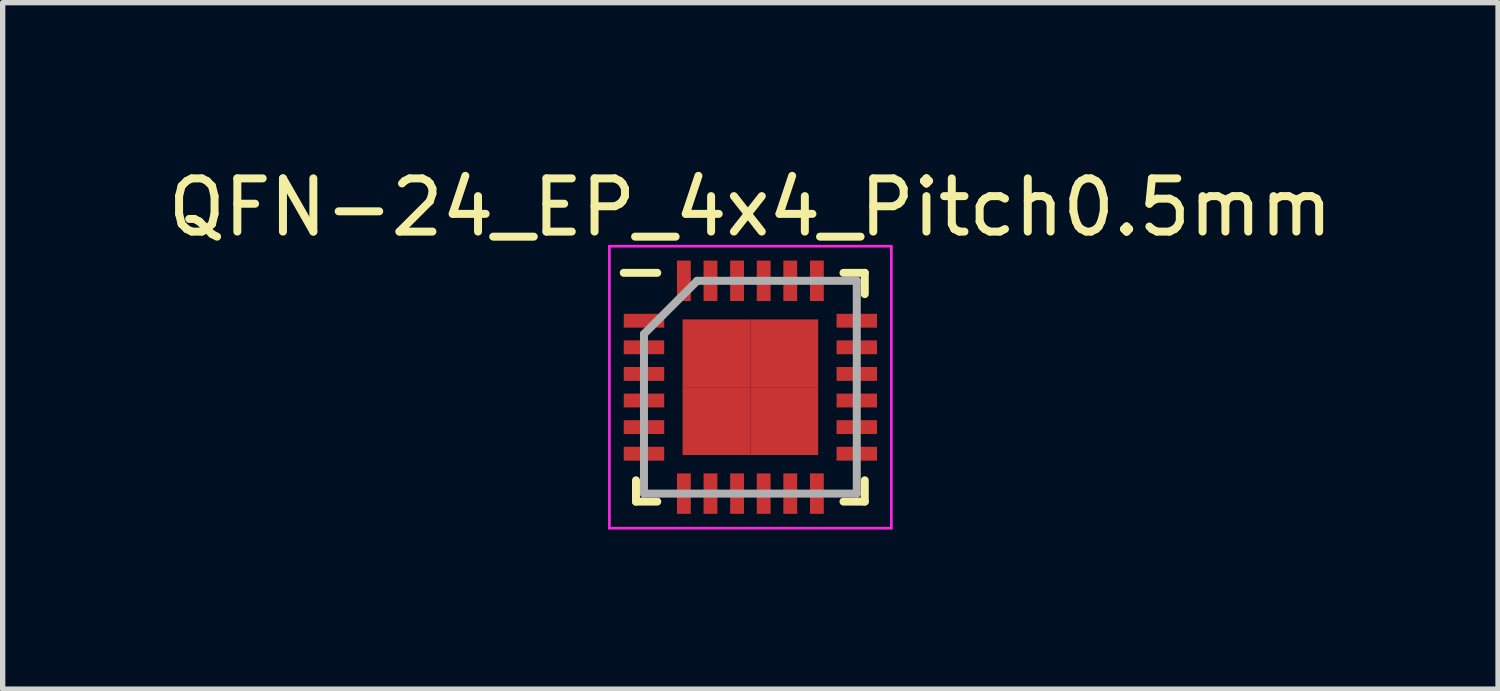
<source format=kicad_pcb>
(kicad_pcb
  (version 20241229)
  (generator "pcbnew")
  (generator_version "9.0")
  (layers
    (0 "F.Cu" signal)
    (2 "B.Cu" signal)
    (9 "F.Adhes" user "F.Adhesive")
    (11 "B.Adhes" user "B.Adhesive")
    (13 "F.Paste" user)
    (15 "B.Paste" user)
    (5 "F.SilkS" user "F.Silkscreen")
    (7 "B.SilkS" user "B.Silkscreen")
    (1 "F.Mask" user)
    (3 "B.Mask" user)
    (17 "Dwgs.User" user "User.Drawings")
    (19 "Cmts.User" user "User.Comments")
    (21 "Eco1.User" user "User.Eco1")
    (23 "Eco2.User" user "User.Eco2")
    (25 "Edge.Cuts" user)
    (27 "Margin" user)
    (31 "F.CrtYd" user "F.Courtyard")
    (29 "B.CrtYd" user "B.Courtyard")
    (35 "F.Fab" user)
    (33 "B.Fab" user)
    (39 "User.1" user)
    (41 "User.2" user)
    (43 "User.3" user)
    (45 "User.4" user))
  (footprint "QFN-24_EP_4x4_Pitch0.5mm"
    (layer "F.Cu")
    (at 11.054 4.228)
    (property "Reference" "QFN-24_EP_4x4_Pitch0.5mm" (at 0 -3.38 0) (layer "F.SilkS") (effects (font (size 1 1) (thickness 0.15))))
    (attr smd)
    (fp_line (start -2.15 2.15) (end -2.15 1.75) (stroke (width 0.15) (type solid)) (layer "F.SilkS"))
    (fp_line (start -1.75 -2.15) (end -2.38 -2.15) (stroke (width 0.15) (type solid)) (layer "F.SilkS"))
    (fp_line (start -1.75 2.15) (end -2.15 2.15) (stroke (width 0.15) (type solid)) (layer "F.SilkS"))
    (fp_line (start 1.75 -2.15) (end 2.15 -2.15) (stroke (width 0.15) (type solid)) (layer "F.SilkS"))
    (fp_line (start 1.75 2.15) (end 2.15 2.15) (stroke (width 0.15) (type solid)) (layer "F.SilkS"))
    (fp_line (start 2.15 -2.15) (end 2.15 -1.75) (stroke (width 0.15) (type solid)) (layer "F.SilkS"))
    (fp_line (start 2.15 2.15) (end 2.15 1.75) (stroke (width 0.15) (type solid)) (layer "F.SilkS"))
    (fp_line (start -2.65 -2.65) (end 2.65 -2.65) (stroke (width 0.05) (type solid)) (layer "F.CrtYd"))
    (fp_line (start -2.65 2.65) (end -2.65 -2.65) (stroke (width 0.05) (type solid)) (layer "F.CrtYd"))
    (fp_line (start 2.65 -2.65) (end 2.65 2.65) (stroke (width 0.05) (type solid)) (layer "F.CrtYd"))
    (fp_line (start 2.65 2.65) (end -2.65 2.65) (stroke (width 0.05) (type solid)) (layer "F.CrtYd"))
    (fp_line (start -2 -1) (end -2 2) (stroke (width 0.15) (type solid)) (layer "F.Fab"))
    (fp_line (start -2 2) (end 2 2) (stroke (width 0.15) (type solid)) (layer "F.Fab"))
    (fp_line (start -1 -2) (end -2 -1) (stroke (width 0.15) (type solid)) (layer "F.Fab"))
    (fp_line (start 2 -2) (end -1 -2) (stroke (width 0.15) (type solid)) (layer "F.Fab"))
    (fp_line (start 2 2) (end 2 -2) (stroke (width 0.15) (type solid)) (layer "F.Fab"))
    (pad "1" smd rect (at -2 -1.25 90) (size 0.26 0.76) (layers "F.Cu" "F.Mask" "F.Paste"))
    (pad "2" smd rect (at -2 -0.75 90) (size 0.26 0.76) (layers "F.Cu" "F.Mask" "F.Paste"))
    (pad "3" smd rect (at -2 -0.25 90) (size 0.26 0.76) (layers "F.Cu" "F.Mask" "F.Paste"))
    (pad "4" smd rect (at -2 0.25 90) (size 0.26 0.76) (layers "F.Cu" "F.Mask" "F.Paste"))
    (pad "5" smd rect (at -2 0.75 90) (size 0.26 0.76) (layers "F.Cu" "F.Mask" "F.Paste"))
    (pad "6" smd rect (at -2 1.25 90) (size 0.26 0.76) (layers "F.Cu" "F.Mask" "F.Paste"))
    (pad "7" smd rect (at -1.25 2) (size 0.26 0.76) (layers "F.Cu" "F.Mask" "F.Paste"))
    (pad "8" smd rect (at -0.75 2) (size 0.26 0.76) (layers "F.Cu" "F.Mask" "F.Paste"))
    (pad "9" smd rect (at -0.25 2) (size 0.26 0.76) (layers "F.Cu" "F.Mask" "F.Paste"))
    (pad "10" smd rect (at 0.25 2) (size 0.26 0.76) (layers "F.Cu" "F.Mask" "F.Paste"))
    (pad "11" smd rect (at 0.75 2) (size 0.26 0.76) (layers "F.Cu" "F.Mask" "F.Paste"))
    (pad "12" smd rect (at 1.25 2) (size 0.26 0.76) (layers "F.Cu" "F.Mask" "F.Paste"))
    (pad "13" smd rect (at 2 1.25 90) (size 0.26 0.76) (layers "F.Cu" "F.Mask" "F.Paste"))
    (pad "14" smd rect (at 2 0.75 90) (size 0.26 0.76) (layers "F.Cu" "F.Mask" "F.Paste"))
    (pad "15" smd rect (at 2 0.25 90) (size 0.26 0.76) (layers "F.Cu" "F.Mask" "F.Paste"))
    (pad "16" smd rect (at 2 -0.25 90) (size 0.26 0.76) (layers "F.Cu" "F.Mask" "F.Paste"))
    (pad "17" smd rect (at 2 -0.75 90) (size 0.26 0.76) (layers "F.Cu" "F.Mask" "F.Paste"))
    (pad "18" smd rect (at 2 -1.25 90) (size 0.26 0.76) (layers "F.Cu" "F.Mask" "F.Paste"))
    (pad "19" smd rect (at 1.25 -2) (size 0.26 0.76) (layers "F.Cu" "F.Mask" "F.Paste"))
    (pad "20" smd rect (at 0.75 -2) (size 0.26 0.76) (layers "F.Cu" "F.Mask" "F.Paste"))
    (pad "21" smd rect (at 0.25 -2) (size 0.26 0.76) (layers "F.Cu" "F.Mask" "F.Paste"))
    (pad "22" smd rect (at -0.25 -2) (size 0.26 0.76) (layers "F.Cu" "F.Mask" "F.Paste"))
    (pad "23" smd rect (at -0.75 -2) (size 0.26 0.76) (layers "F.Cu" "F.Mask" "F.Paste"))
    (pad "24" smd rect (at -1.25 -2) (size 0.26 0.76) (layers "F.Cu" "F.Mask" "F.Paste"))
    (pad "25" smd rect (at -0.637 -0.637) (size 1.275 1.275) (layers "F.Cu" "F.Mask" "F.Paste"))
    (pad "25" smd rect (at -0.637 0.637) (size 1.275 1.275) (layers "F.Cu" "F.Mask" "F.Paste"))
    (pad "25" smd rect (at 0.637 -0.637) (size 1.275 1.275) (layers "F.Cu" "F.Mask" "F.Paste"))
    (pad "25" smd rect (at 0.637 0.637) (size 1.275 1.275) (layers "F.Cu" "F.Mask" "F.Paste")))
  (gr_rect
    (start -3 -3)
    (end 25.107 9.903)
    (stroke (width 0.1) (type default))
    (fill no)
    (layer "Edge.Cuts")))
</source>
